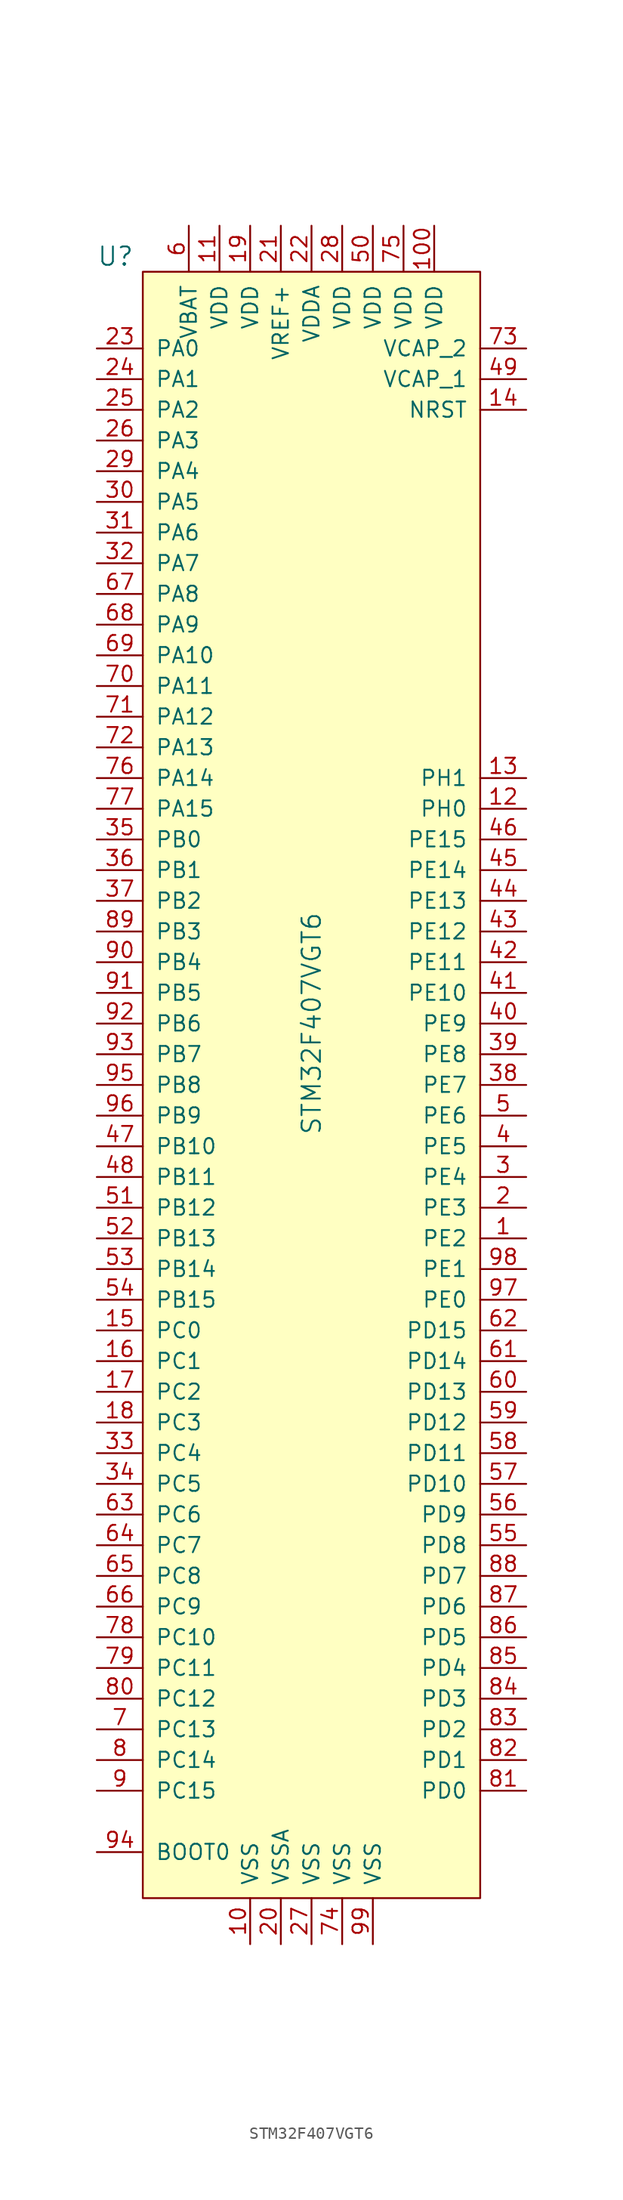
<source format=kicad_sym>
(kicad_symbol_lib
  (version 20201005)
  (generator kicad_symbol_editor)
  (symbol "STM32F407VGT6"
    (pin_names
      (offset 1.016))
    (property "Reference" "U"
      (at -17.78 60.96 0)
      (effects (font (size 1.524 1.524)) (justify left)))
    (property "Value" "STM32F407VGT6"
      (at 0 -2.54 90)
      (effects (font (size 1.524 1.524))))
    (symbol "STM32F407VGT6_0_1"
      (rectangle (start -13.97 59.69) (end 13.97 -74.93) (stroke (width 0)) (fill (type background))))
    (symbol "STM32F407VGT6_1_1"
      (pin bidirectional line (at 17.78 -20.32 180) (length 3.81) (name "PE2" (effects (font (size 1.27 1.27)))) (number "1" (effects (font (size 1.27 1.27)))))
      (pin bidirectional line (at 17.78 -17.78 180) (length 3.81) (name "PE3" (effects (font (size 1.27 1.27)))) (number "2" (effects (font (size 1.27 1.27)))))
      (pin bidirectional line (at 17.78 -15.24 180) (length 3.81) (name "PE4" (effects (font (size 1.27 1.27)))) (number "3" (effects (font (size 1.27 1.27)))))
      (pin bidirectional line (at 17.78 -12.7 180) (length 3.81) (name "PE5" (effects (font (size 1.27 1.27)))) (number "4" (effects (font (size 1.27 1.27)))))
      (pin bidirectional line (at 17.78 -10.16 180) (length 3.81) (name "PE6" (effects (font (size 1.27 1.27)))) (number "5" (effects (font (size 1.27 1.27)))))
      (pin power_in line (at -10.16 63.5 270) (length 3.81) (name "VBAT" (effects (font (size 1.27 1.27)))) (number "6" (effects (font (size 1.27 1.27)))))
      (pin bidirectional line (at -17.78 -60.96 0) (length 3.81) (name "PC13" (effects (font (size 1.27 1.27)))) (number "7" (effects (font (size 1.27 1.27)))))
      (pin bidirectional line (at -17.78 -63.5 0) (length 3.81) (name "PC14" (effects (font (size 1.27 1.27)))) (number "8" (effects (font (size 1.27 1.27)))))
      (pin bidirectional line (at -17.78 -66.04 0) (length 3.81) (name "PC15" (effects (font (size 1.27 1.27)))) (number "9" (effects (font (size 1.27 1.27)))))
      (pin power_in line (at -5.08 -78.74 90) (length 3.81) (name "VSS" (effects (font (size 1.27 1.27)))) (number "10" (effects (font (size 1.27 1.27)))))
      (pin power_in line (at -2.54 -78.74 90) (length 3.81) (name "VSSA" (effects (font (size 1.27 1.27)))) (number "20" (effects (font (size 1.27 1.27)))))
      (pin bidirectional line (at -17.78 40.64 0) (length 3.81) (name "PA5" (effects (font (size 1.27 1.27)))) (number "30" (effects (font (size 1.27 1.27)))))
      (pin bidirectional line (at 17.78 -2.54 180) (length 3.81) (name "PE9" (effects (font (size 1.27 1.27)))) (number "40" (effects (font (size 1.27 1.27)))))
      (pin power_in line (at 5.08 63.5 270) (length 3.81) (name "VDD" (effects (font (size 1.27 1.27)))) (number "50" (effects (font (size 1.27 1.27)))))
      (pin bidirectional line (at 17.78 -33.02 180) (length 3.81) (name "PD13" (effects (font (size 1.27 1.27)))) (number "60" (effects (font (size 1.27 1.27)))))
      (pin bidirectional line (at -17.78 25.4 0) (length 3.81) (name "PA11" (effects (font (size 1.27 1.27)))) (number "70" (effects (font (size 1.27 1.27)))))
      (pin bidirectional line (at -17.78 -58.42 0) (length 3.81) (name "PC12" (effects (font (size 1.27 1.27)))) (number "80" (effects (font (size 1.27 1.27)))))
      (pin bidirectional line (at -17.78 2.54 0) (length 3.81) (name "PB4" (effects (font (size 1.27 1.27)))) (number "90" (effects (font (size 1.27 1.27)))))
      (pin power_in line (at -7.62 63.5 270) (length 3.81) (name "VDD" (effects (font (size 1.27 1.27)))) (number "11" (effects (font (size 1.27 1.27)))))
      (pin power_in line (at -2.54 63.5 270) (length 3.81) (name "VREF+" (effects (font (size 1.27 1.27)))) (number "21" (effects (font (size 1.27 1.27)))))
      (pin bidirectional line (at -17.78 38.1 0) (length 3.81) (name "PA6" (effects (font (size 1.27 1.27)))) (number "31" (effects (font (size 1.27 1.27)))))
      (pin bidirectional line (at 17.78 0 180) (length 3.81) (name "PE10" (effects (font (size 1.27 1.27)))) (number "41" (effects (font (size 1.27 1.27)))))
      (pin bidirectional line (at -17.78 -17.78 0) (length 3.81) (name "PB12" (effects (font (size 1.27 1.27)))) (number "51" (effects (font (size 1.27 1.27)))))
      (pin bidirectional line (at 17.78 -30.48 180) (length 3.81) (name "PD14" (effects (font (size 1.27 1.27)))) (number "61" (effects (font (size 1.27 1.27)))))
      (pin bidirectional line (at -17.78 22.86 0) (length 3.81) (name "PA12" (effects (font (size 1.27 1.27)))) (number "71" (effects (font (size 1.27 1.27)))))
      (pin bidirectional line (at 17.78 -66.04 180) (length 3.81) (name "PD0" (effects (font (size 1.27 1.27)))) (number "81" (effects (font (size 1.27 1.27)))))
      (pin bidirectional line (at -17.78 0 0) (length 3.81) (name "PB5" (effects (font (size 1.27 1.27)))) (number "91" (effects (font (size 1.27 1.27)))))
      (pin bidirectional line (at 17.78 15.24 180) (length 3.81) (name "PH0" (effects (font (size 1.27 1.27)))) (number "12" (effects (font (size 1.27 1.27)))))
      (pin power_in line (at 0 63.5 270) (length 3.81) (name "VDDA" (effects (font (size 1.27 1.27)))) (number "22" (effects (font (size 1.27 1.27)))))
      (pin bidirectional line (at -17.78 35.56 0) (length 3.81) (name "PA7" (effects (font (size 1.27 1.27)))) (number "32" (effects (font (size 1.27 1.27)))))
      (pin bidirectional line (at 17.78 2.54 180) (length 3.81) (name "PE11" (effects (font (size 1.27 1.27)))) (number "42" (effects (font (size 1.27 1.27)))))
      (pin bidirectional line (at -17.78 -20.32 0) (length 3.81) (name "PB13" (effects (font (size 1.27 1.27)))) (number "52" (effects (font (size 1.27 1.27)))))
      (pin bidirectional line (at 17.78 -27.94 180) (length 3.81) (name "PD15" (effects (font (size 1.27 1.27)))) (number "62" (effects (font (size 1.27 1.27)))))
      (pin bidirectional line (at -17.78 20.32 0) (length 3.81) (name "PA13" (effects (font (size 1.27 1.27)))) (number "72" (effects (font (size 1.27 1.27)))))
      (pin bidirectional line (at 17.78 -63.5 180) (length 3.81) (name "PD1" (effects (font (size 1.27 1.27)))) (number "82" (effects (font (size 1.27 1.27)))))
      (pin bidirectional line (at -17.78 -2.54 0) (length 3.81) (name "PB6" (effects (font (size 1.27 1.27)))) (number "92" (effects (font (size 1.27 1.27)))))
      (pin bidirectional line (at 17.78 17.78 180) (length 3.81) (name "PH1" (effects (font (size 1.27 1.27)))) (number "13" (effects (font (size 1.27 1.27)))))
      (pin bidirectional line (at -17.78 53.34 0) (length 3.81) (name "PA0" (effects (font (size 1.27 1.27)))) (number "23" (effects (font (size 1.27 1.27)))))
      (pin bidirectional line (at -17.78 -38.1 0) (length 3.81) (name "PC4" (effects (font (size 1.27 1.27)))) (number "33" (effects (font (size 1.27 1.27)))))
      (pin bidirectional line (at 17.78 5.08 180) (length 3.81) (name "PE12" (effects (font (size 1.27 1.27)))) (number "43" (effects (font (size 1.27 1.27)))))
      (pin bidirectional line (at -17.78 -22.86 0) (length 3.81) (name "PB14" (effects (font (size 1.27 1.27)))) (number "53" (effects (font (size 1.27 1.27)))))
      (pin bidirectional line (at -17.78 -43.18 0) (length 3.81) (name "PC6" (effects (font (size 1.27 1.27)))) (number "63" (effects (font (size 1.27 1.27)))))
      (pin passive line (at 17.78 53.34 180) (length 3.81) (name "VCAP_2" (effects (font (size 1.27 1.27)))) (number "73" (effects (font (size 1.27 1.27)))))
      (pin bidirectional line (at 17.78 -60.96 180) (length 3.81) (name "PD2" (effects (font (size 1.27 1.27)))) (number "83" (effects (font (size 1.27 1.27)))))
      (pin bidirectional line (at -17.78 -5.08 0) (length 3.81) (name "PB7" (effects (font (size 1.27 1.27)))) (number "93" (effects (font (size 1.27 1.27)))))
      (pin bidirectional line (at 17.78 48.26 180) (length 3.81) (name "NRST" (effects (font (size 1.27 1.27)))) (number "14" (effects (font (size 1.27 1.27)))))
      (pin bidirectional line (at -17.78 50.8 0) (length 3.81) (name "PA1" (effects (font (size 1.27 1.27)))) (number "24" (effects (font (size 1.27 1.27)))))
      (pin bidirectional line (at -17.78 -40.64 0) (length 3.81) (name "PC5" (effects (font (size 1.27 1.27)))) (number "34" (effects (font (size 1.27 1.27)))))
      (pin bidirectional line (at 17.78 7.62 180) (length 3.81) (name "PE13" (effects (font (size 1.27 1.27)))) (number "44" (effects (font (size 1.27 1.27)))))
      (pin bidirectional line (at -17.78 -25.4 0) (length 3.81) (name "PB15" (effects (font (size 1.27 1.27)))) (number "54" (effects (font (size 1.27 1.27)))))
      (pin bidirectional line (at -17.78 -45.72 0) (length 3.81) (name "PC7" (effects (font (size 1.27 1.27)))) (number "64" (effects (font (size 1.27 1.27)))))
      (pin power_in line (at 2.54 -78.74 90) (length 3.81) (name "VSS" (effects (font (size 1.27 1.27)))) (number "74" (effects (font (size 1.27 1.27)))))
      (pin bidirectional line (at 17.78 -58.42 180) (length 3.81) (name "PD3" (effects (font (size 1.27 1.27)))) (number "84" (effects (font (size 1.27 1.27)))))
      (pin input line (at -17.78 -71.12 0) (length 3.81) (name "BOOT0" (effects (font (size 1.27 1.27)))) (number "94" (effects (font (size 1.27 1.27)))))
      (pin bidirectional line (at -17.78 -27.94 0) (length 3.81) (name "PC0" (effects (font (size 1.27 1.27)))) (number "15" (effects (font (size 1.27 1.27)))))
      (pin bidirectional line (at -17.78 48.26 0) (length 3.81) (name "PA2" (effects (font (size 1.27 1.27)))) (number "25" (effects (font (size 1.27 1.27)))))
      (pin bidirectional line (at -17.78 12.7 0) (length 3.81) (name "PB0" (effects (font (size 1.27 1.27)))) (number "35" (effects (font (size 1.27 1.27)))))
      (pin bidirectional line (at 17.78 10.16 180) (length 3.81) (name "PE14" (effects (font (size 1.27 1.27)))) (number "45" (effects (font (size 1.27 1.27)))))
      (pin bidirectional line (at 17.78 -45.72 180) (length 3.81) (name "PD8" (effects (font (size 1.27 1.27)))) (number "55" (effects (font (size 1.27 1.27)))))
      (pin bidirectional line (at -17.78 -48.26 0) (length 3.81) (name "PC8" (effects (font (size 1.27 1.27)))) (number "65" (effects (font (size 1.27 1.27)))))
      (pin power_in line (at 7.62 63.5 270) (length 3.81) (name "VDD" (effects (font (size 1.27 1.27)))) (number "75" (effects (font (size 1.27 1.27)))))
      (pin bidirectional line (at 17.78 -55.88 180) (length 3.81) (name "PD4" (effects (font (size 1.27 1.27)))) (number "85" (effects (font (size 1.27 1.27)))))
      (pin bidirectional line (at -17.78 -7.62 0) (length 3.81) (name "PB8" (effects (font (size 1.27 1.27)))) (number "95" (effects (font (size 1.27 1.27)))))
      (pin bidirectional line (at -17.78 -30.48 0) (length 3.81) (name "PC1" (effects (font (size 1.27 1.27)))) (number "16" (effects (font (size 1.27 1.27)))))
      (pin bidirectional line (at -17.78 45.72 0) (length 3.81) (name "PA3" (effects (font (size 1.27 1.27)))) (number "26" (effects (font (size 1.27 1.27)))))
      (pin bidirectional line (at -17.78 10.16 0) (length 3.81) (name "PB1" (effects (font (size 1.27 1.27)))) (number "36" (effects (font (size 1.27 1.27)))))
      (pin bidirectional line (at 17.78 12.7 180) (length 3.81) (name "PE15" (effects (font (size 1.27 1.27)))) (number "46" (effects (font (size 1.27 1.27)))))
      (pin bidirectional line (at 17.78 -43.18 180) (length 3.81) (name "PD9" (effects (font (size 1.27 1.27)))) (number "56" (effects (font (size 1.27 1.27)))))
      (pin bidirectional line (at -17.78 -50.8 0) (length 3.81) (name "PC9" (effects (font (size 1.27 1.27)))) (number "66" (effects (font (size 1.27 1.27)))))
      (pin bidirectional line (at -17.78 17.78 0) (length 3.81) (name "PA14" (effects (font (size 1.27 1.27)))) (number "76" (effects (font (size 1.27 1.27)))))
      (pin bidirectional line (at 17.78 -53.34 180) (length 3.81) (name "PD5" (effects (font (size 1.27 1.27)))) (number "86" (effects (font (size 1.27 1.27)))))
      (pin bidirectional line (at -17.78 -10.16 0) (length 3.81) (name "PB9" (effects (font (size 1.27 1.27)))) (number "96" (effects (font (size 1.27 1.27)))))
      (pin bidirectional line (at -17.78 -33.02 0) (length 3.81) (name "PC2" (effects (font (size 1.27 1.27)))) (number "17" (effects (font (size 1.27 1.27)))))
      (pin power_in line (at 0 -78.74 90) (length 3.81) (name "VSS" (effects (font (size 1.27 1.27)))) (number "27" (effects (font (size 1.27 1.27)))))
      (pin bidirectional line (at -17.78 7.62 0) (length 3.81) (name "PB2" (effects (font (size 1.27 1.27)))) (number "37" (effects (font (size 1.27 1.27)))))
      (pin bidirectional line (at -17.78 -12.7 0) (length 3.81) (name "PB10" (effects (font (size 1.27 1.27)))) (number "47" (effects (font (size 1.27 1.27)))))
      (pin bidirectional line (at 17.78 -40.64 180) (length 3.81) (name "PD10" (effects (font (size 1.27 1.27)))) (number "57" (effects (font (size 1.27 1.27)))))
      (pin bidirectional line (at -17.78 33.02 0) (length 3.81) (name "PA8" (effects (font (size 1.27 1.27)))) (number "67" (effects (font (size 1.27 1.27)))))
      (pin bidirectional line (at -17.78 15.24 0) (length 3.81) (name "PA15" (effects (font (size 1.27 1.27)))) (number "77" (effects (font (size 1.27 1.27)))))
      (pin bidirectional line (at 17.78 -50.8 180) (length 3.81) (name "PD6" (effects (font (size 1.27 1.27)))) (number "87" (effects (font (size 1.27 1.27)))))
      (pin bidirectional line (at 17.78 -25.4 180) (length 3.81) (name "PE0" (effects (font (size 1.27 1.27)))) (number "97" (effects (font (size 1.27 1.27)))))
      (pin bidirectional line (at -17.78 -35.56 0) (length 3.81) (name "PC3" (effects (font (size 1.27 1.27)))) (number "18" (effects (font (size 1.27 1.27)))))
      (pin power_in line (at 2.54 63.5 270) (length 3.81) (name "VDD" (effects (font (size 1.27 1.27)))) (number "28" (effects (font (size 1.27 1.27)))))
      (pin bidirectional line (at 17.78 -7.62 180) (length 3.81) (name "PE7" (effects (font (size 1.27 1.27)))) (number "38" (effects (font (size 1.27 1.27)))))
      (pin bidirectional line (at -17.78 -15.24 0) (length 3.81) (name "PB11" (effects (font (size 1.27 1.27)))) (number "48" (effects (font (size 1.27 1.27)))))
      (pin bidirectional line (at 17.78 -38.1 180) (length 3.81) (name "PD11" (effects (font (size 1.27 1.27)))) (number "58" (effects (font (size 1.27 1.27)))))
      (pin bidirectional line (at -17.78 30.48 0) (length 3.81) (name "PA9" (effects (font (size 1.27 1.27)))) (number "68" (effects (font (size 1.27 1.27)))))
      (pin bidirectional line (at -17.78 -53.34 0) (length 3.81) (name "PC10" (effects (font (size 1.27 1.27)))) (number "78" (effects (font (size 1.27 1.27)))))
      (pin bidirectional line (at 17.78 -48.26 180) (length 3.81) (name "PD7" (effects (font (size 1.27 1.27)))) (number "88" (effects (font (size 1.27 1.27)))))
      (pin bidirectional line (at 17.78 -22.86 180) (length 3.81) (name "PE1" (effects (font (size 1.27 1.27)))) (number "98" (effects (font (size 1.27 1.27)))))
      (pin power_in line (at -5.08 63.5 270) (length 3.81) (name "VDD" (effects (font (size 1.27 1.27)))) (number "19" (effects (font (size 1.27 1.27)))))
      (pin bidirectional line (at -17.78 43.18 0) (length 3.81) (name "PA4" (effects (font (size 1.27 1.27)))) (number "29" (effects (font (size 1.27 1.27)))))
      (pin bidirectional line (at 17.78 -5.08 180) (length 3.81) (name "PE8" (effects (font (size 1.27 1.27)))) (number "39" (effects (font (size 1.27 1.27)))))
      (pin passive line (at 17.78 50.8 180) (length 3.81) (name "VCAP_1" (effects (font (size 1.27 1.27)))) (number "49" (effects (font (size 1.27 1.27)))))
      (pin bidirectional line (at 17.78 -35.56 180) (length 3.81) (name "PD12" (effects (font (size 1.27 1.27)))) (number "59" (effects (font (size 1.27 1.27)))))
      (pin bidirectional line (at -17.78 27.94 0) (length 3.81) (name "PA10" (effects (font (size 1.27 1.27)))) (number "69" (effects (font (size 1.27 1.27)))))
      (pin bidirectional line (at -17.78 -55.88 0) (length 3.81) (name "PC11" (effects (font (size 1.27 1.27)))) (number "79" (effects (font (size 1.27 1.27)))))
      (pin bidirectional line (at -17.78 5.08 0) (length 3.81) (name "PB3" (effects (font (size 1.27 1.27)))) (number "89" (effects (font (size 1.27 1.27)))))
      (pin power_in line (at 5.08 -78.74 90) (length 3.81) (name "VSS" (effects (font (size 1.27 1.27)))) (number "99" (effects (font (size 1.27 1.27)))))
      (pin power_in line (at 10.16 63.5 270) (length 3.81) (name "VDD" (effects (font (size 1.27 1.27)))) (number "100" (effects (font (size 1.27 1.27))))))))
</source>
